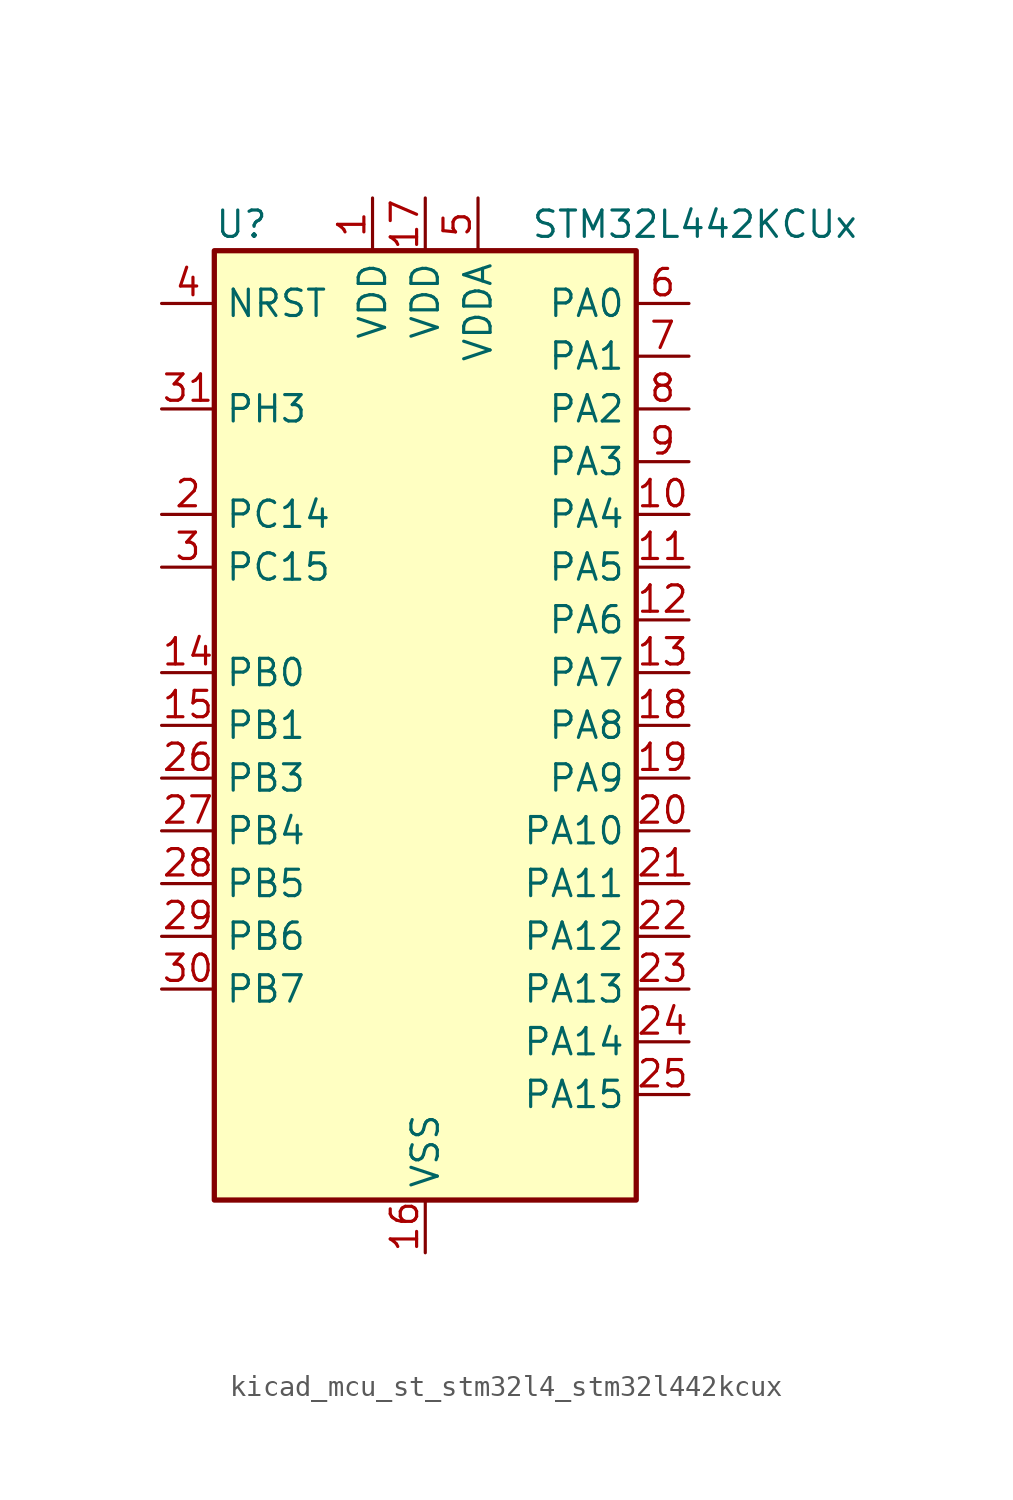
<source format=kicad_sym>
(kicad_symbol_lib
  (version 20220914)
  (generator kicad_symbol_editor)
  (symbol "kicad_mcu_st_stm32l4_stm32l442kcux"
    (property "Reference" "U"
      (at -10.16 24.13 0)
      (effects (font (size 1.27 1.27)) (justify left)))
    (property "Value" "STM32L442KCUx"
      (at 5.08 24.13 0)
      (effects (font (size 1.27 1.27)) (justify left)))
    (property "ki_locked" ""
      (at 0 0 0)
      (effects (font (size 1.27 1.27))))
    (symbol "kicad_mcu_st_stm32l4_stm32l442kcux_0_1"
      (rectangle (start -10.16 -22.86) (end 10.16 22.86) (stroke (width 0.254) (type default)) (fill (type background))))
    (symbol "kicad_mcu_st_stm32l4_stm32l442kcux_1_1"
      (pin power_in line (at -2.54 25.4 270) (length 2.54) (name "VDD" (effects (font (size 1.27 1.27)))) (number "1" (effects (font (size 1.27 1.27)))))
      (pin bidirectional line (at 12.7 10.16 180) (length 2.54) (name "PA4" (effects (font (size 1.27 1.27)))) (number "10" (effects (font (size 1.27 1.27)))) (alternate "ADC1_IN9" bidirectional line) (alternate "COMP1_INM" bidirectional line) (alternate "COMP2_INM" bidirectional line) (alternate "DAC1_OUT1" bidirectional line) (alternate "LPTIM2_OUT" bidirectional line) (alternate "SAI1_FS_B" bidirectional line) (alternate "SPI1_NSS" bidirectional line) (alternate "SPI3_NSS" bidirectional line) (alternate "USART2_CK" bidirectional line))
      (pin bidirectional line (at 12.7 7.62 180) (length 2.54) (name "PA5" (effects (font (size 1.27 1.27)))) (number "11" (effects (font (size 1.27 1.27)))) (alternate "ADC1_IN10" bidirectional line) (alternate "COMP1_INM" bidirectional line) (alternate "COMP2_INM" bidirectional line) (alternate "DAC1_OUT2" bidirectional line) (alternate "LPTIM2_ETR" bidirectional line) (alternate "SPI1_SCK" bidirectional line) (alternate "TIM2_CH1" bidirectional line) (alternate "TIM2_ETR" bidirectional line))
      (pin bidirectional line (at 12.7 5.08 180) (length 2.54) (name "PA6" (effects (font (size 1.27 1.27)))) (number "12" (effects (font (size 1.27 1.27)))) (alternate "ADC1_IN11" bidirectional line) (alternate "COMP1_OUT" bidirectional line) (alternate "LPUART1_CTS" bidirectional line) (alternate "QUADSPI_BK1_IO3" bidirectional line) (alternate "SPI1_MISO" bidirectional line) (alternate "TIM16_CH1" bidirectional line) (alternate "TIM1_BKIN" bidirectional line) (alternate "TIM1_BKIN_COMP2" bidirectional line))
      (pin bidirectional line (at 12.7 2.54 180) (length 2.54) (name "PA7" (effects (font (size 1.27 1.27)))) (number "13" (effects (font (size 1.27 1.27)))) (alternate "ADC1_IN12" bidirectional line) (alternate "COMP2_OUT" bidirectional line) (alternate "I2C3_SCL" bidirectional line) (alternate "QUADSPI_BK1_IO2" bidirectional line) (alternate "SPI1_MOSI" bidirectional line) (alternate "TIM1_CH1N" bidirectional line))
      (pin bidirectional line (at -12.7 2.54 0) (length 2.54) (name "PB0" (effects (font (size 1.27 1.27)))) (number "14" (effects (font (size 1.27 1.27)))) (alternate "ADC1_IN15" bidirectional line) (alternate "COMP1_OUT" bidirectional line) (alternate "QUADSPI_BK1_IO1" bidirectional line) (alternate "SAI1_EXTCLK" bidirectional line) (alternate "SPI1_NSS" bidirectional line) (alternate "TIM1_CH2N" bidirectional line))
      (pin bidirectional line (at -12.7 0 0) (length 2.54) (name "PB1" (effects (font (size 1.27 1.27)))) (number "15" (effects (font (size 1.27 1.27)))) (alternate "ADC1_IN16" bidirectional line) (alternate "COMP1_INM" bidirectional line) (alternate "LPTIM2_IN1" bidirectional line) (alternate "LPUART1_DE" bidirectional line) (alternate "LPUART1_RTS" bidirectional line) (alternate "QUADSPI_BK1_IO0" bidirectional line) (alternate "TIM1_CH3N" bidirectional line))
      (pin power_in line (at 0 -25.4 90) (length 2.54) (name "VSS" (effects (font (size 1.27 1.27)))) (number "16" (effects (font (size 1.27 1.27)))))
      (pin power_in line (at 0 25.4 270) (length 2.54) (name "VDD" (effects (font (size 1.27 1.27)))) (number "17" (effects (font (size 1.27 1.27)))))
      (pin bidirectional line (at 12.7 0 180) (length 2.54) (name "PA8" (effects (font (size 1.27 1.27)))) (number "18" (effects (font (size 1.27 1.27)))) (alternate "LPTIM2_OUT" bidirectional line) (alternate "RCC_MCO" bidirectional line) (alternate "SAI1_SCK_A" bidirectional line) (alternate "SWPMI1_IO" bidirectional line) (alternate "TIM1_CH1" bidirectional line) (alternate "USART1_CK" bidirectional line))
      (pin bidirectional line (at 12.7 -2.54 180) (length 2.54) (name "PA9" (effects (font (size 1.27 1.27)))) (number "19" (effects (font (size 1.27 1.27)))) (alternate "DAC1_EXTI9" bidirectional line) (alternate "I2C1_SCL" bidirectional line) (alternate "SAI1_FS_A" bidirectional line) (alternate "TIM15_BKIN" bidirectional line) (alternate "TIM1_CH2" bidirectional line) (alternate "USART1_TX" bidirectional line))
      (pin bidirectional line (at -12.7 10.16 0) (length 2.54) (name "PC14" (effects (font (size 1.27 1.27)))) (number "2" (effects (font (size 1.27 1.27)))) (alternate "RCC_OSC32_IN" bidirectional line))
      (pin bidirectional line (at 12.7 -5.08 180) (length 2.54) (name "PA10" (effects (font (size 1.27 1.27)))) (number "20" (effects (font (size 1.27 1.27)))) (alternate "CRS_SYNC" bidirectional line) (alternate "I2C1_SDA" bidirectional line) (alternate "SAI1_SD_A" bidirectional line) (alternate "TIM1_CH3" bidirectional line) (alternate "USART1_RX" bidirectional line))
      (pin bidirectional line (at 12.7 -7.62 180) (length 2.54) (name "PA11" (effects (font (size 1.27 1.27)))) (number "21" (effects (font (size 1.27 1.27)))) (alternate "ADC1_EXTI11" bidirectional line) (alternate "CAN1_RX" bidirectional line) (alternate "COMP1_OUT" bidirectional line) (alternate "SPI1_MISO" bidirectional line) (alternate "TIM1_BKIN2" bidirectional line) (alternate "TIM1_BKIN2_COMP1" bidirectional line) (alternate "TIM1_CH4" bidirectional line) (alternate "USART1_CTS" bidirectional line) (alternate "USB_DM" bidirectional line))
      (pin bidirectional line (at 12.7 -10.16 180) (length 2.54) (name "PA12" (effects (font (size 1.27 1.27)))) (number "22" (effects (font (size 1.27 1.27)))) (alternate "CAN1_TX" bidirectional line) (alternate "SPI1_MOSI" bidirectional line) (alternate "TIM1_ETR" bidirectional line) (alternate "USART1_DE" bidirectional line) (alternate "USART1_RTS" bidirectional line) (alternate "USB_DP" bidirectional line))
      (pin bidirectional line (at 12.7 -12.7 180) (length 2.54) (name "PA13" (effects (font (size 1.27 1.27)))) (number "23" (effects (font (size 1.27 1.27)))) (alternate "IR_OUT" bidirectional line) (alternate "SAI1_SD_B" bidirectional line) (alternate "SWPMI1_TX" bidirectional line) (alternate "SYS_JTMS-SWDIO" bidirectional line) (alternate "USB_NOE" bidirectional line))
      (pin bidirectional line (at 12.7 -15.24 180) (length 2.54) (name "PA14" (effects (font (size 1.27 1.27)))) (number "24" (effects (font (size 1.27 1.27)))) (alternate "I2C1_SMBA" bidirectional line) (alternate "LPTIM1_OUT" bidirectional line) (alternate "SAI1_FS_B" bidirectional line) (alternate "SWPMI1_RX" bidirectional line) (alternate "SYS_JTCK-SWCLK" bidirectional line))
      (pin bidirectional line (at 12.7 -17.78 180) (length 2.54) (name "PA15" (effects (font (size 1.27 1.27)))) (number "25" (effects (font (size 1.27 1.27)))) (alternate "ADC1_EXTI15" bidirectional line) (alternate "SPI1_NSS" bidirectional line) (alternate "SPI3_NSS" bidirectional line) (alternate "SWPMI1_SUSPEND" bidirectional line) (alternate "SYS_JTDI" bidirectional line) (alternate "TIM2_CH1" bidirectional line) (alternate "TIM2_ETR" bidirectional line) (alternate "USART2_RX" bidirectional line))
      (pin bidirectional line (at -12.7 -2.54 0) (length 2.54) (name "PB3" (effects (font (size 1.27 1.27)))) (number "26" (effects (font (size 1.27 1.27)))) (alternate "COMP2_INM" bidirectional line) (alternate "SAI1_SCK_B" bidirectional line) (alternate "SPI1_SCK" bidirectional line) (alternate "SPI3_SCK" bidirectional line) (alternate "SYS_JTDO-SWO" bidirectional line) (alternate "TIM2_CH2" bidirectional line) (alternate "USART1_DE" bidirectional line) (alternate "USART1_RTS" bidirectional line))
      (pin bidirectional line (at -12.7 -5.08 0) (length 2.54) (name "PB4" (effects (font (size 1.27 1.27)))) (number "27" (effects (font (size 1.27 1.27)))) (alternate "COMP2_INP" bidirectional line) (alternate "I2C3_SDA" bidirectional line) (alternate "SAI1_MCLK_B" bidirectional line) (alternate "SPI1_MISO" bidirectional line) (alternate "SPI3_MISO" bidirectional line) (alternate "SYS_JTRST" bidirectional line) (alternate "TSC_G2_IO1" bidirectional line) (alternate "USART1_CTS" bidirectional line))
      (pin bidirectional line (at -12.7 -7.62 0) (length 2.54) (name "PB5" (effects (font (size 1.27 1.27)))) (number "28" (effects (font (size 1.27 1.27)))) (alternate "COMP2_OUT" bidirectional line) (alternate "I2C1_SMBA" bidirectional line) (alternate "LPTIM1_IN1" bidirectional line) (alternate "SAI1_SD_B" bidirectional line) (alternate "SPI1_MOSI" bidirectional line) (alternate "SPI3_MOSI" bidirectional line) (alternate "TIM16_BKIN" bidirectional line) (alternate "TSC_G2_IO2" bidirectional line) (alternate "USART1_CK" bidirectional line))
      (pin bidirectional line (at -12.7 -10.16 0) (length 2.54) (name "PB6" (effects (font (size 1.27 1.27)))) (number "29" (effects (font (size 1.27 1.27)))) (alternate "COMP2_INP" bidirectional line) (alternate "I2C1_SCL" bidirectional line) (alternate "LPTIM1_ETR" bidirectional line) (alternate "SAI1_FS_B" bidirectional line) (alternate "TIM16_CH1N" bidirectional line) (alternate "TSC_G2_IO3" bidirectional line) (alternate "USART1_TX" bidirectional line))
      (pin bidirectional line (at -12.7 7.62 0) (length 2.54) (name "PC15" (effects (font (size 1.27 1.27)))) (number "3" (effects (font (size 1.27 1.27)))) (alternate "ADC1_EXTI15" bidirectional line) (alternate "RCC_OSC32_OUT" bidirectional line))
      (pin bidirectional line (at -12.7 -12.7 0) (length 2.54) (name "PB7" (effects (font (size 1.27 1.27)))) (number "30" (effects (font (size 1.27 1.27)))) (alternate "COMP2_INM" bidirectional line) (alternate "I2C1_SDA" bidirectional line) (alternate "LPTIM1_IN2" bidirectional line) (alternate "SYS_PVD_IN" bidirectional line) (alternate "TSC_G2_IO4" bidirectional line) (alternate "USART1_RX" bidirectional line))
      (pin bidirectional line (at -12.7 15.24 0) (length 2.54) (name "PH3" (effects (font (size 1.27 1.27)))) (number "31" (effects (font (size 1.27 1.27)))))
      (pin passive line (at 0 -25.4 90) (length 2.54) hide (name "VSS" (effects (font (size 1.27 1.27)))) (number "32" (effects (font (size 1.27 1.27)))))
      (pin passive line (at 0 -25.4 90) (length 2.54) hide (name "VSS" (effects (font (size 1.27 1.27)))) (number "33" (effects (font (size 1.27 1.27)))))
      (pin input line (at -12.7 20.32 0) (length 2.54) (name "NRST" (effects (font (size 1.27 1.27)))) (number "4" (effects (font (size 1.27 1.27)))))
      (pin power_in line (at 2.54 25.4 270) (length 2.54) (name "VDDA" (effects (font (size 1.27 1.27)))) (number "5" (effects (font (size 1.27 1.27)))))
      (pin bidirectional line (at 12.7 20.32 180) (length 2.54) (name "PA0" (effects (font (size 1.27 1.27)))) (number "6" (effects (font (size 1.27 1.27)))) (alternate "ADC1_IN5" bidirectional line) (alternate "COMP1_INM" bidirectional line) (alternate "COMP1_OUT" bidirectional line) (alternate "OPAMP1_VINP" bidirectional line) (alternate "RCC_CK_IN" bidirectional line) (alternate "RTC_TAMP2" bidirectional line) (alternate "SAI1_EXTCLK" bidirectional line) (alternate "SYS_WKUP1" bidirectional line) (alternate "TIM2_CH1" bidirectional line) (alternate "TIM2_ETR" bidirectional line) (alternate "USART2_CTS" bidirectional line))
      (pin bidirectional line (at 12.7 17.78 180) (length 2.54) (name "PA1" (effects (font (size 1.27 1.27)))) (number "7" (effects (font (size 1.27 1.27)))) (alternate "ADC1_IN6" bidirectional line) (alternate "COMP1_INP" bidirectional line) (alternate "I2C1_SMBA" bidirectional line) (alternate "OPAMP1_VINM" bidirectional line) (alternate "SPI1_SCK" bidirectional line) (alternate "TIM15_CH1N" bidirectional line) (alternate "TIM2_CH2" bidirectional line) (alternate "USART2_DE" bidirectional line) (alternate "USART2_RTS" bidirectional line))
      (pin bidirectional line (at 12.7 15.24 180) (length 2.54) (name "PA2" (effects (font (size 1.27 1.27)))) (number "8" (effects (font (size 1.27 1.27)))) (alternate "ADC1_IN7" bidirectional line) (alternate "COMP2_INM" bidirectional line) (alternate "COMP2_OUT" bidirectional line) (alternate "LPUART1_TX" bidirectional line) (alternate "QUADSPI_BK1_NCS" bidirectional line) (alternate "RCC_LSCO" bidirectional line) (alternate "SYS_WKUP4" bidirectional line) (alternate "TIM15_CH1" bidirectional line) (alternate "TIM2_CH3" bidirectional line) (alternate "USART2_TX" bidirectional line))
      (pin bidirectional line (at 12.7 12.7 180) (length 2.54) (name "PA3" (effects (font (size 1.27 1.27)))) (number "9" (effects (font (size 1.27 1.27)))) (alternate "ADC1_IN8" bidirectional line) (alternate "COMP2_INP" bidirectional line) (alternate "LPUART1_RX" bidirectional line) (alternate "OPAMP1_VOUT" bidirectional line) (alternate "QUADSPI_CLK" bidirectional line) (alternate "SAI1_MCLK_A" bidirectional line) (alternate "TIM15_CH2" bidirectional line) (alternate "TIM2_CH4" bidirectional line) (alternate "USART2_RX" bidirectional line)))))
</source>
